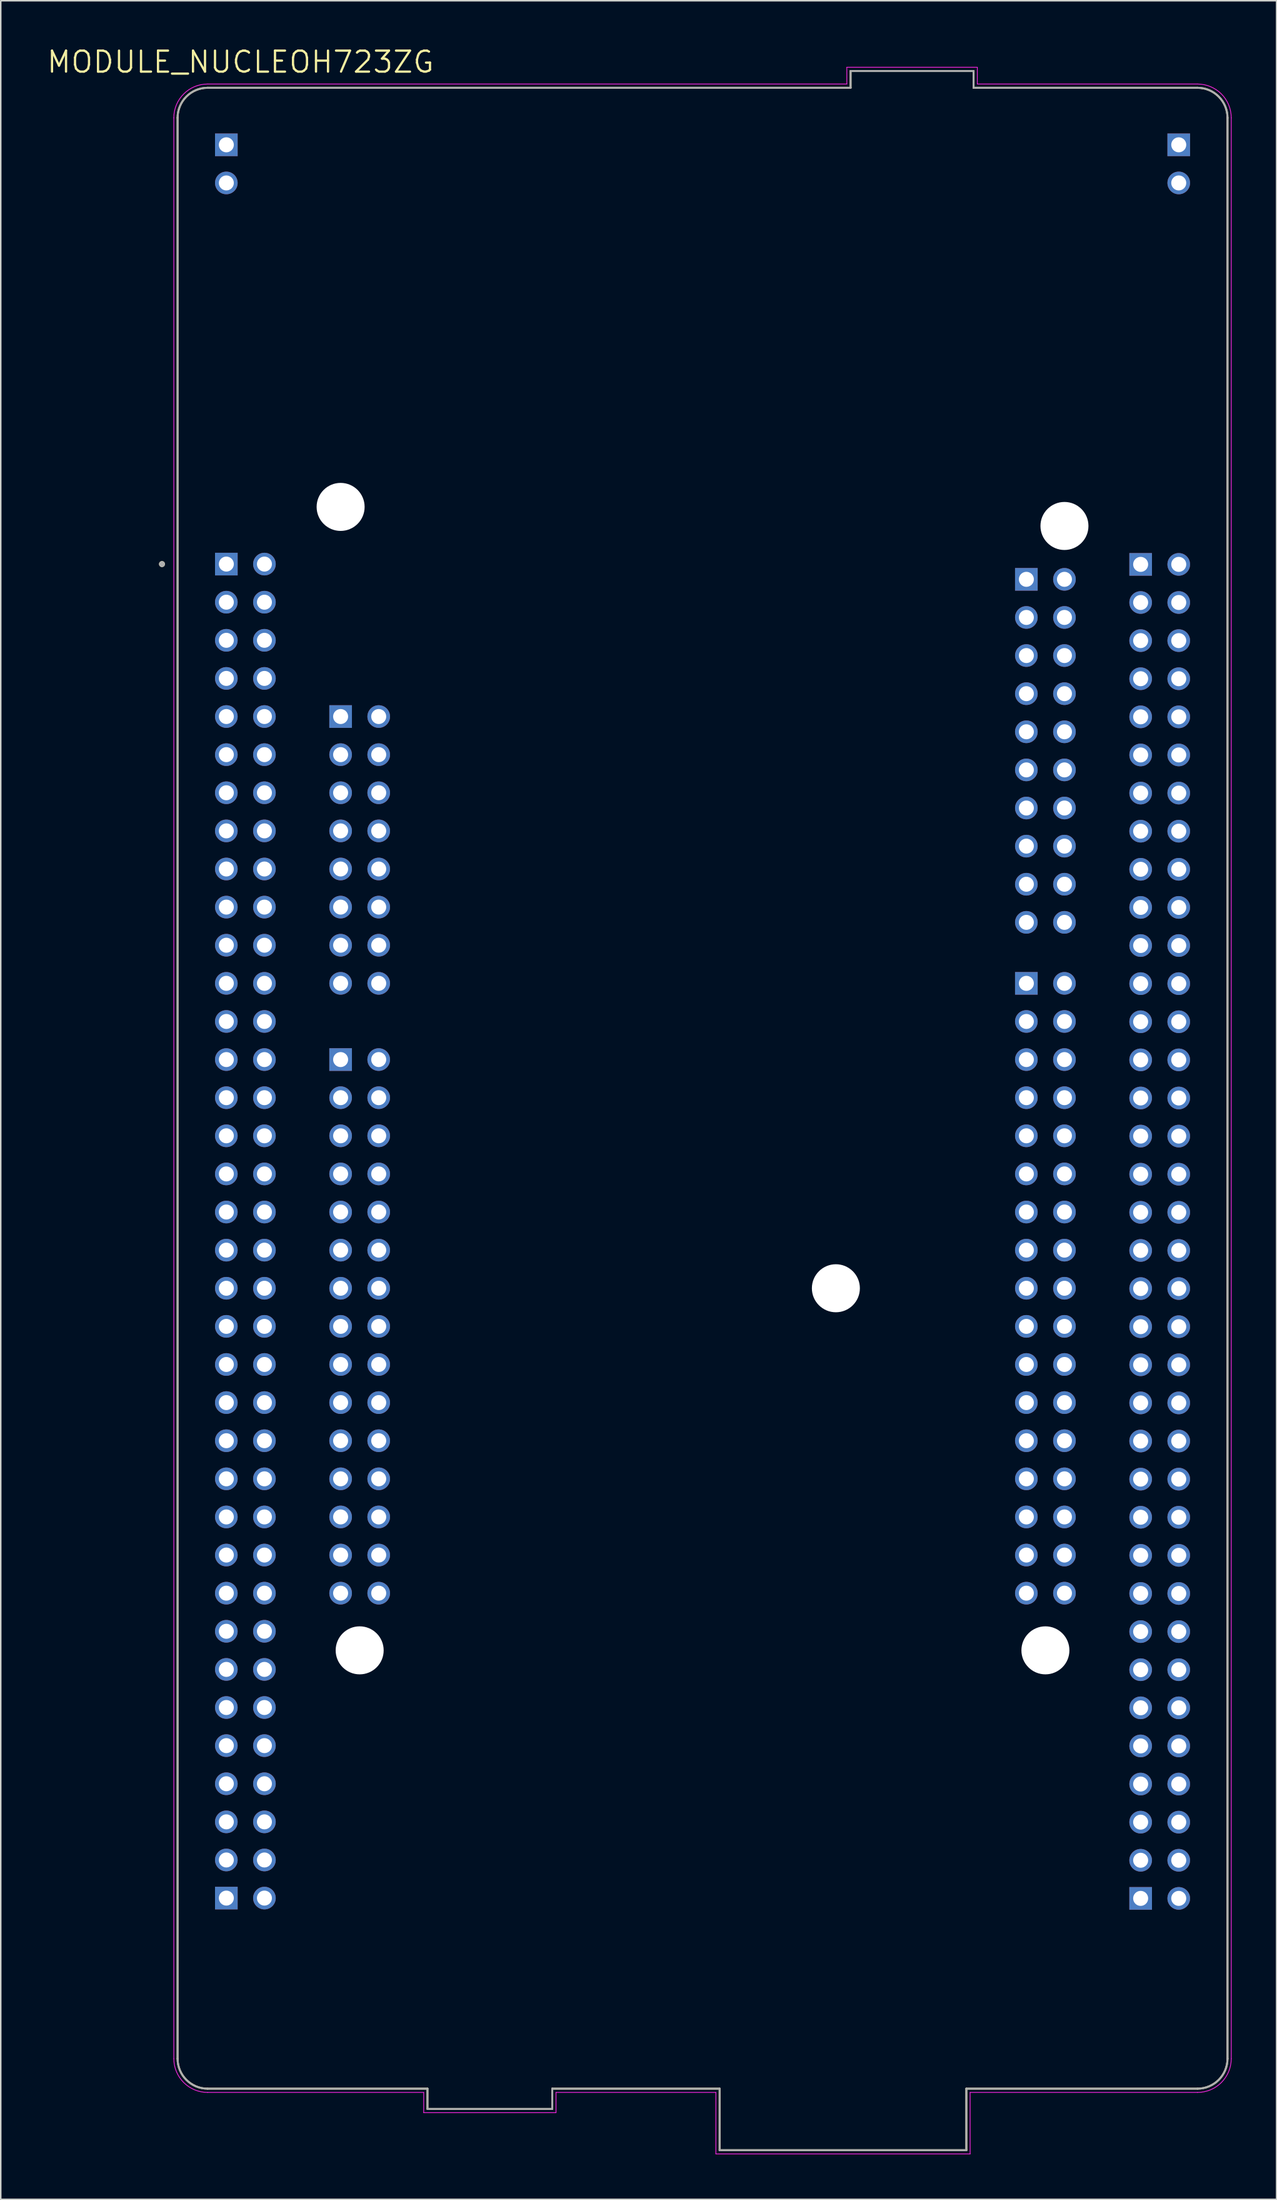
<source format=kicad_pcb>
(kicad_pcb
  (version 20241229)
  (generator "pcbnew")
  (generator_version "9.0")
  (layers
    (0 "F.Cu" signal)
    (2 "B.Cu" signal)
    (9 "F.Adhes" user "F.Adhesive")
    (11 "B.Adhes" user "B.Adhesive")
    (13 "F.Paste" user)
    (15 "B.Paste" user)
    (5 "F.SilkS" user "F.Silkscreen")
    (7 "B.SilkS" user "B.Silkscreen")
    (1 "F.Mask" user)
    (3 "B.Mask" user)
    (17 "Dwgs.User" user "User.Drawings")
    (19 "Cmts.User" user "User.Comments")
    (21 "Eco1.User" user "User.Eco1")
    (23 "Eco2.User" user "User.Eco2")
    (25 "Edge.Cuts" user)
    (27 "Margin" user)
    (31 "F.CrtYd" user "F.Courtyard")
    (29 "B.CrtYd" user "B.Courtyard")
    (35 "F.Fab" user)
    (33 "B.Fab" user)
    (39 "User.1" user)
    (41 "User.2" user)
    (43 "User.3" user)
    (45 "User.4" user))
  (footprint "MODULE_NUCLEOH723ZG"
    (layer "F.Cu")
    (at 43.79 69.471)
    (property "Reference" "MODULE_NUCLEOH723ZG" (at -30.805 -68.389 0) (layer "F.SilkS") (effects (font (size 1.4 1.4) (thickness 0.15))))
    (attr through_hole)
    (fp_line (start -35 -64.67) (end -35 64.67) (stroke (width 0.127) (type solid)) (layer "F.SilkS"))
    (fp_line (start -33 66.67) (end -18.34 66.67) (stroke (width 0.127) (type solid)) (layer "F.SilkS"))
    (fp_line (start -18.34 66.67) (end -18.34 68.02) (stroke (width 0.127) (type solid)) (layer "F.SilkS"))
    (fp_line (start -18.34 68.02) (end -10.02 68.02) (stroke (width 0.127) (type solid)) (layer "F.SilkS"))
    (fp_line (start -10.02 66.67) (end 1.14 66.67) (stroke (width 0.127) (type solid)) (layer "F.SilkS"))
    (fp_line (start -10.02 68.02) (end -10.02 66.67) (stroke (width 0.127) (type solid)) (layer "F.SilkS"))
    (fp_line (start 1.14 66.67) (end 1.14 70.77) (stroke (width 0.127) (type solid)) (layer "F.SilkS"))
    (fp_line (start 1.14 70.77) (end 17.59 70.77) (stroke (width 0.127) (type solid)) (layer "F.SilkS"))
    (fp_line (start 9.87 -67.79) (end 9.87 -66.67) (stroke (width 0.127) (type solid)) (layer "F.SilkS"))
    (fp_line (start 9.87 -66.67) (end -33 -66.67) (stroke (width 0.127) (type solid)) (layer "F.SilkS"))
    (fp_line (start 17.59 66.67) (end 33 66.67) (stroke (width 0.127) (type solid)) (layer "F.SilkS"))
    (fp_line (start 17.59 70.77) (end 17.59 66.67) (stroke (width 0.127) (type solid)) (layer "F.SilkS"))
    (fp_line (start 18.07 -67.79) (end 9.87 -67.79) (stroke (width 0.127) (type solid)) (layer "F.SilkS"))
    (fp_line (start 18.07 -66.67) (end 18.07 -67.79) (stroke (width 0.127) (type solid)) (layer "F.SilkS"))
    (fp_line (start 33 -66.67) (end 18.07 -66.67) (stroke (width 0.127) (type solid)) (layer "F.SilkS"))
    (fp_line (start 35 64.67) (end 35 -64.67) (stroke (width 0.127) (type solid)) (layer "F.SilkS"))
    (fp_arc (start -35 -64.67) (mid -34.414214 -66.084214) (end -33 -66.67) (stroke (width 0.127) (type solid)) (layer "F.SilkS"))
    (fp_arc (start -33 66.67) (mid -34.414214 66.084214) (end -35 64.67) (stroke (width 0.127) (type solid)) (layer "F.SilkS"))
    (fp_arc (start 33 -66.67) (mid 34.414214 -66.084214) (end 35 -64.67) (stroke (width 0.127) (type solid)) (layer "F.SilkS"))
    (fp_arc (start 35 64.67) (mid 34.414214 66.084214) (end 33 66.67) (stroke (width 0.127) (type solid)) (layer "F.SilkS"))
    (fp_circle (center -36.04 -34.93) (end -35.94 -34.93) (stroke (width 0.2) (type solid)) (fill no) (layer "F.SilkS"))
    (fp_line (start -35.25 -64.67) (end -35.25 64.67) (stroke (width 0.05) (type solid)) (layer "F.CrtYd"))
    (fp_line (start -33 66.92) (end -18.59 66.92) (stroke (width 0.05) (type solid)) (layer "F.CrtYd"))
    (fp_line (start -18.59 66.92) (end -18.59 68.27) (stroke (width 0.05) (type solid)) (layer "F.CrtYd"))
    (fp_line (start -18.59 68.27) (end -9.77 68.27) (stroke (width 0.05) (type solid)) (layer "F.CrtYd"))
    (fp_line (start -9.77 66.92) (end 0.89 66.92) (stroke (width 0.05) (type solid)) (layer "F.CrtYd"))
    (fp_line (start -9.77 68.27) (end -9.77 66.92) (stroke (width 0.05) (type solid)) (layer "F.CrtYd"))
    (fp_line (start 0.89 66.92) (end 0.89 71.02) (stroke (width 0.05) (type solid)) (layer "F.CrtYd"))
    (fp_line (start 0.89 71.02) (end 17.84 71.02) (stroke (width 0.05) (type solid)) (layer "F.CrtYd"))
    (fp_line (start 9.62 -68.04) (end 9.62 -66.92) (stroke (width 0.05) (type solid)) (layer "F.CrtYd"))
    (fp_line (start 9.62 -66.92) (end -33 -66.92) (stroke (width 0.05) (type solid)) (layer "F.CrtYd"))
    (fp_line (start 17.84 66.92) (end 33 66.92) (stroke (width 0.05) (type solid)) (layer "F.CrtYd"))
    (fp_line (start 17.84 71.02) (end 17.84 66.92) (stroke (width 0.05) (type solid)) (layer "F.CrtYd"))
    (fp_line (start 18.32 -68.04) (end 9.62 -68.04) (stroke (width 0.05) (type solid)) (layer "F.CrtYd"))
    (fp_line (start 18.32 -66.92) (end 18.32 -68.04) (stroke (width 0.05) (type solid)) (layer "F.CrtYd"))
    (fp_line (start 33 -66.92) (end 18.32 -66.92) (stroke (width 0.05) (type solid)) (layer "F.CrtYd"))
    (fp_line (start 35.25 64.67) (end 35.25 -64.67) (stroke (width 0.05) (type solid)) (layer "F.CrtYd"))
    (fp_arc (start -35.25 -64.67) (mid -34.59099 -66.26099) (end -33 -66.92) (stroke (width 0.05) (type solid)) (layer "F.CrtYd"))
    (fp_arc (start -33 66.92) (mid -34.59099 66.26099) (end -35.25 64.67) (stroke (width 0.05) (type solid)) (layer "F.CrtYd"))
    (fp_arc (start 33 -66.92) (mid 34.59099 -66.26099) (end 35.25 -64.67) (stroke (width 0.05) (type solid)) (layer "F.CrtYd"))
    (fp_arc (start 35.25 64.67) (mid 34.59099 66.26099) (end 33 66.92) (stroke (width 0.05) (type solid)) (layer "F.CrtYd"))
    (fp_line (start -35 -64.67) (end -35 64.67) (stroke (width 0.127) (type solid)) (layer "F.Fab"))
    (fp_line (start -33 66.67) (end -18.34 66.67) (stroke (width 0.127) (type solid)) (layer "F.Fab"))
    (fp_line (start -18.34 66.67) (end -18.34 68.02) (stroke (width 0.127) (type solid)) (layer "F.Fab"))
    (fp_line (start -18.34 68.02) (end -10.02 68.02) (stroke (width 0.127) (type solid)) (layer "F.Fab"))
    (fp_line (start -10.02 66.67) (end 1.14 66.67) (stroke (width 0.127) (type solid)) (layer "F.Fab"))
    (fp_line (start -10.02 68.02) (end -10.02 66.67) (stroke (width 0.127) (type solid)) (layer "F.Fab"))
    (fp_line (start 1.14 66.67) (end 1.14 70.77) (stroke (width 0.127) (type solid)) (layer "F.Fab"))
    (fp_line (start 1.14 70.77) (end 17.59 70.77) (stroke (width 0.127) (type solid)) (layer "F.Fab"))
    (fp_line (start 9.87 -67.79) (end 9.87 -66.67) (stroke (width 0.127) (type solid)) (layer "F.Fab"))
    (fp_line (start 9.87 -66.67) (end -33 -66.67) (stroke (width 0.127) (type solid)) (layer "F.Fab"))
    (fp_line (start 17.59 66.67) (end 33 66.67) (stroke (width 0.127) (type solid)) (layer "F.Fab"))
    (fp_line (start 17.59 70.77) (end 17.59 66.67) (stroke (width 0.127) (type solid)) (layer "F.Fab"))
    (fp_line (start 18.07 -67.79) (end 9.87 -67.79) (stroke (width 0.127) (type solid)) (layer "F.Fab"))
    (fp_line (start 18.07 -66.67) (end 18.07 -67.79) (stroke (width 0.127) (type solid)) (layer "F.Fab"))
    (fp_line (start 33 -66.67) (end 18.07 -66.67) (stroke (width 0.127) (type solid)) (layer "F.Fab"))
    (fp_line (start 35 64.67) (end 35 -64.67) (stroke (width 0.127) (type solid)) (layer "F.Fab"))
    (fp_arc (start -35 -64.67) (mid -34.414214 -66.084214) (end -33 -66.67) (stroke (width 0.127) (type solid)) (layer "F.Fab"))
    (fp_arc (start -33 66.67) (mid -34.414214 66.084214) (end -35 64.67) (stroke (width 0.127) (type solid)) (layer "F.Fab"))
    (fp_arc (start 33 -66.67) (mid 34.414214 -66.084214) (end 35 -64.67) (stroke (width 0.127) (type solid)) (layer "F.Fab"))
    (fp_arc (start 35 64.67) (mid 34.414214 66.084214) (end 33 66.67) (stroke (width 0.127) (type solid)) (layer "F.Fab"))
    (fp_circle (center -36.04 -34.93) (end -35.94 -34.93) (stroke (width 0.2) (type solid)) (fill no) (layer "F.Fab"))
    (pad "" np_thru_hole circle (at -24.13 -38.74) (size 3.2 3.2) (drill 3.2) (layers "*.Cu" "*.Mask"))
    (pad "" np_thru_hole circle (at -22.86 37.46) (size 3.2 3.2) (drill 3.2) (layers "*.Cu" "*.Mask"))
    (pad "" np_thru_hole circle (at 8.89 13.33) (size 3.2 3.2) (drill 3.2) (layers "*.Cu" "*.Mask"))
    (pad "" np_thru_hole circle (at 22.86 37.46) (size 3.2 3.2) (drill 3.2) (layers "*.Cu" "*.Mask"))
    (pad "" np_thru_hole circle (at 24.13 -37.47) (size 3.2 3.2) (drill 3.2) (layers "*.Cu" "*.Mask"))
    (pad "CN3_1" thru_hole rect (at -31.75 -62.87) (size 1.508 1.508) (drill 1) (layers "*.Cu" "*.Mask"))
    (pad "CN3_2" thru_hole circle (at -31.75 -60.33) (size 1.508 1.508) (drill 1) (layers "*.Cu" "*.Mask"))
    (pad "CN4_1" thru_hole rect (at 31.75 -62.87) (size 1.508 1.508) (drill 1) (layers "*.Cu" "*.Mask"))
    (pad "CN4_2" thru_hole circle (at 31.75 -60.33) (size 1.508 1.508) (drill 1) (layers "*.Cu" "*.Mask"))
    (pad "CN7_1" thru_hole rect (at 21.59 -33.914) (size 1.508 1.508) (drill 1) (layers "*.Cu" "*.Mask"))
    (pad "CN7_2" thru_hole circle (at 24.13 -33.914) (size 1.508 1.508) (drill 1) (layers "*.Cu" "*.Mask"))
    (pad "CN7_3" thru_hole circle (at 21.59 -31.374) (size 1.508 1.508) (drill 1) (layers "*.Cu" "*.Mask"))
    (pad "CN7_4" thru_hole circle (at 24.13 -31.374) (size 1.508 1.508) (drill 1) (layers "*.Cu" "*.Mask"))
    (pad "CN7_5" thru_hole circle (at 21.59 -28.834) (size 1.508 1.508) (drill 1) (layers "*.Cu" "*.Mask"))
    (pad "CN7_6" thru_hole circle (at 24.13 -28.834) (size 1.508 1.508) (drill 1) (layers "*.Cu" "*.Mask"))
    (pad "CN7_7" thru_hole circle (at 21.59 -26.294) (size 1.508 1.508) (drill 1) (layers "*.Cu" "*.Mask"))
    (pad "CN7_8" thru_hole circle (at 24.13 -26.294) (size 1.508 1.508) (drill 1) (layers "*.Cu" "*.Mask"))
    (pad "CN7_9" thru_hole circle (at 21.59 -23.754) (size 1.508 1.508) (drill 1) (layers "*.Cu" "*.Mask"))
    (pad "CN7_10" thru_hole circle (at 24.13 -23.754) (size 1.508 1.508) (drill 1) (layers "*.Cu" "*.Mask"))
    (pad "CN7_11" thru_hole circle (at 21.59 -21.214) (size 1.508 1.508) (drill 1) (layers "*.Cu" "*.Mask"))
    (pad "CN7_12" thru_hole circle (at 24.13 -21.214) (size 1.508 1.508) (drill 1) (layers "*.Cu" "*.Mask"))
    (pad "CN7_13" thru_hole circle (at 21.59 -18.674) (size 1.508 1.508) (drill 1) (layers "*.Cu" "*.Mask"))
    (pad "CN7_14" thru_hole circle (at 24.13 -18.674) (size 1.508 1.508) (drill 1) (layers "*.Cu" "*.Mask"))
    (pad "CN7_15" thru_hole circle (at 21.59 -16.134) (size 1.508 1.508) (drill 1) (layers "*.Cu" "*.Mask"))
    (pad "CN7_16" thru_hole circle (at 24.13 -16.134) (size 1.508 1.508) (drill 1) (layers "*.Cu" "*.Mask"))
    (pad "CN7_17" thru_hole circle (at 21.59 -13.594) (size 1.508 1.508) (drill 1) (layers "*.Cu" "*.Mask"))
    (pad "CN7_18" thru_hole circle (at 24.13 -13.594) (size 1.508 1.508) (drill 1) (layers "*.Cu" "*.Mask"))
    (pad "CN7_19" thru_hole circle (at 21.59 -11.054) (size 1.508 1.508) (drill 1) (layers "*.Cu" "*.Mask"))
    (pad "CN7_20" thru_hole circle (at 24.13 -11.054) (size 1.508 1.508) (drill 1) (layers "*.Cu" "*.Mask"))
    (pad "CN8_1" thru_hole rect (at -24.13 -24.77) (size 1.508 1.508) (drill 1) (layers "*.Cu" "*.Mask"))
    (pad "CN8_2" thru_hole circle (at -21.59 -24.77) (size 1.508 1.508) (drill 1) (layers "*.Cu" "*.Mask"))
    (pad "CN8_3" thru_hole circle (at -24.13 -22.23) (size 1.508 1.508) (drill 1) (layers "*.Cu" "*.Mask"))
    (pad "CN8_4" thru_hole circle (at -21.59 -22.23) (size 1.508 1.508) (drill 1) (layers "*.Cu" "*.Mask"))
    (pad "CN8_5" thru_hole circle (at -24.13 -19.69) (size 1.508 1.508) (drill 1) (layers "*.Cu" "*.Mask"))
    (pad "CN8_6" thru_hole circle (at -21.59 -19.69) (size 1.508 1.508) (drill 1) (layers "*.Cu" "*.Mask"))
    (pad "CN8_7" thru_hole circle (at -24.13 -17.15) (size 1.508 1.508) (drill 1) (layers "*.Cu" "*.Mask"))
    (pad "CN8_8" thru_hole circle (at -21.59 -17.15) (size 1.508 1.508) (drill 1) (layers "*.Cu" "*.Mask"))
    (pad "CN8_9" thru_hole circle (at -24.13 -14.61) (size 1.508 1.508) (drill 1) (layers "*.Cu" "*.Mask"))
    (pad "CN8_10" thru_hole circle (at -21.59 -14.61) (size 1.508 1.508) (drill 1) (layers "*.Cu" "*.Mask"))
    (pad "CN8_11" thru_hole circle (at -24.13 -12.07) (size 1.508 1.508) (drill 1) (layers "*.Cu" "*.Mask"))
    (pad "CN8_12" thru_hole circle (at -21.59 -12.07) (size 1.508 1.508) (drill 1) (layers "*.Cu" "*.Mask"))
    (pad "CN8_13" thru_hole circle (at -24.13 -9.53) (size 1.508 1.508) (drill 1) (layers "*.Cu" "*.Mask"))
    (pad "CN8_14" thru_hole circle (at -21.59 -9.53) (size 1.508 1.508) (drill 1) (layers "*.Cu" "*.Mask"))
    (pad "CN8_15" thru_hole circle (at -24.13 -6.99) (size 1.508 1.508) (drill 1) (layers "*.Cu" "*.Mask"))
    (pad "CN8_16" thru_hole circle (at -21.59 -6.99) (size 1.508 1.508) (drill 1) (layers "*.Cu" "*.Mask"))
    (pad "CN9_1" thru_hole rect (at -24.13 -1.91) (size 1.508 1.508) (drill 1) (layers "*.Cu" "*.Mask"))
    (pad "CN9_2" thru_hole circle (at -21.59 -1.91) (size 1.508 1.508) (drill 1) (layers "*.Cu" "*.Mask"))
    (pad "CN9_3" thru_hole circle (at -24.13 0.63) (size 1.508 1.508) (drill 1) (layers "*.Cu" "*.Mask"))
    (pad "CN9_4" thru_hole circle (at -21.59 0.63) (size 1.508 1.508) (drill 1) (layers "*.Cu" "*.Mask"))
    (pad "CN9_5" thru_hole circle (at -24.13 3.17) (size 1.508 1.508) (drill 1) (layers "*.Cu" "*.Mask"))
    (pad "CN9_6" thru_hole circle (at -21.59 3.17) (size 1.508 1.508) (drill 1) (layers "*.Cu" "*.Mask"))
    (pad "CN9_7" thru_hole circle (at -24.13 5.71) (size 1.508 1.508) (drill 1) (layers "*.Cu" "*.Mask"))
    (pad "CN9_8" thru_hole circle (at -21.59 5.71) (size 1.508 1.508) (drill 1) (layers "*.Cu" "*.Mask"))
    (pad "CN9_9" thru_hole circle (at -24.13 8.25) (size 1.508 1.508) (drill 1) (layers "*.Cu" "*.Mask"))
    (pad "CN9_10" thru_hole circle (at -21.59 8.25) (size 1.508 1.508) (drill 1) (layers "*.Cu" "*.Mask"))
    (pad "CN9_11" thru_hole circle (at -24.13 10.79) (size 1.508 1.508) (drill 1) (layers "*.Cu" "*.Mask"))
    (pad "CN9_12" thru_hole circle (at -21.59 10.79) (size 1.508 1.508) (drill 1) (layers "*.Cu" "*.Mask"))
    (pad "CN9_13" thru_hole circle (at -24.13 13.33) (size 1.508 1.508) (drill 1) (layers "*.Cu" "*.Mask"))
    (pad "CN9_14" thru_hole circle (at -21.59 13.33) (size 1.508 1.508) (drill 1) (layers "*.Cu" "*.Mask"))
    (pad "CN9_15" thru_hole circle (at -24.13 15.87) (size 1.508 1.508) (drill 1) (layers "*.Cu" "*.Mask"))
    (pad "CN9_16" thru_hole circle (at -21.59 15.87) (size 1.508 1.508) (drill 1) (layers "*.Cu" "*.Mask"))
    (pad "CN9_17" thru_hole circle (at -24.13 18.41) (size 1.508 1.508) (drill 1) (layers "*.Cu" "*.Mask"))
    (pad "CN9_18" thru_hole circle (at -21.59 18.41) (size 1.508 1.508) (drill 1) (layers "*.Cu" "*.Mask"))
    (pad "CN9_19" thru_hole circle (at -24.13 20.95) (size 1.508 1.508) (drill 1) (layers "*.Cu" "*.Mask"))
    (pad "CN9_20" thru_hole circle (at -21.59 20.95) (size 1.508 1.508) (drill 1) (layers "*.Cu" "*.Mask"))
    (pad "CN9_21" thru_hole circle (at -24.13 23.49) (size 1.508 1.508) (drill 1) (layers "*.Cu" "*.Mask"))
    (pad "CN9_22" thru_hole circle (at -21.59 23.49) (size 1.508 1.508) (drill 1) (layers "*.Cu" "*.Mask"))
    (pad "CN9_23" thru_hole circle (at -24.13 26.03) (size 1.508 1.508) (drill 1) (layers "*.Cu" "*.Mask"))
    (pad "CN9_24" thru_hole circle (at -21.59 26.03) (size 1.508 1.508) (drill 1) (layers "*.Cu" "*.Mask"))
    (pad "CN9_25" thru_hole circle (at -24.13 28.57) (size 1.508 1.508) (drill 1) (layers "*.Cu" "*.Mask"))
    (pad "CN9_26" thru_hole circle (at -21.59 28.57) (size 1.508 1.508) (drill 1) (layers "*.Cu" "*.Mask"))
    (pad "CN9_27" thru_hole circle (at -24.13 31.11) (size 1.508 1.508) (drill 1) (layers "*.Cu" "*.Mask"))
    (pad "CN9_28" thru_hole circle (at -21.59 31.11) (size 1.508 1.508) (drill 1) (layers "*.Cu" "*.Mask"))
    (pad "CN9_29" thru_hole circle (at -24.13 33.65) (size 1.508 1.508) (drill 1) (layers "*.Cu" "*.Mask"))
    (pad "CN9_30" thru_hole circle (at -21.59 33.65) (size 1.508 1.508) (drill 1) (layers "*.Cu" "*.Mask"))
    (pad "CN10_1" thru_hole rect (at 21.59 -6.99) (size 1.508 1.508) (drill 1) (layers "*.Cu" "*.Mask"))
    (pad "CN10_2" thru_hole circle (at 24.13 -6.99) (size 1.508 1.508) (drill 1) (layers "*.Cu" "*.Mask"))
    (pad "CN10_3" thru_hole circle (at 21.59 -4.45) (size 1.508 1.508) (drill 1) (layers "*.Cu" "*.Mask"))
    (pad "CN10_4" thru_hole circle (at 24.13 -4.45) (size 1.508 1.508) (drill 1) (layers "*.Cu" "*.Mask"))
    (pad "CN10_5" thru_hole circle (at 21.59 -1.91) (size 1.508 1.508) (drill 1) (layers "*.Cu" "*.Mask"))
    (pad "CN10_6" thru_hole circle (at 24.13 -1.91) (size 1.508 1.508) (drill 1) (layers "*.Cu" "*.Mask"))
    (pad "CN10_7" thru_hole circle (at 21.59 0.63) (size 1.508 1.508) (drill 1) (layers "*.Cu" "*.Mask"))
    (pad "CN10_8" thru_hole circle (at 24.13 0.63) (size 1.508 1.508) (drill 1) (layers "*.Cu" "*.Mask"))
    (pad "CN10_9" thru_hole circle (at 21.59 3.17) (size 1.508 1.508) (drill 1) (layers "*.Cu" "*.Mask"))
    (pad "CN10_10" thru_hole circle (at 24.13 3.17) (size 1.508 1.508) (drill 1) (layers "*.Cu" "*.Mask"))
    (pad "CN10_11" thru_hole circle (at 21.59 5.71) (size 1.508 1.508) (drill 1) (layers "*.Cu" "*.Mask"))
    (pad "CN10_12" thru_hole circle (at 24.13 5.71) (size 1.508 1.508) (drill 1) (layers "*.Cu" "*.Mask"))
    (pad "CN10_13" thru_hole circle (at 21.59 8.25) (size 1.508 1.508) (drill 1) (layers "*.Cu" "*.Mask"))
    (pad "CN10_14" thru_hole circle (at 24.13 8.25) (size 1.508 1.508) (drill 1) (layers "*.Cu" "*.Mask"))
    (pad "CN10_15" thru_hole circle (at 21.59 10.79) (size 1.508 1.508) (drill 1) (layers "*.Cu" "*.Mask"))
    (pad "CN10_16" thru_hole circle (at 24.13 10.79) (size 1.508 1.508) (drill 1) (layers "*.Cu" "*.Mask"))
    (pad "CN10_17" thru_hole circle (at 21.59 13.33) (size 1.508 1.508) (drill 1) (layers "*.Cu" "*.Mask"))
    (pad "CN10_18" thru_hole circle (at 24.13 13.33) (size 1.508 1.508) (drill 1) (layers "*.Cu" "*.Mask"))
    (pad "CN10_19" thru_hole circle (at 21.59 15.87) (size 1.508 1.508) (drill 1) (layers "*.Cu" "*.Mask"))
    (pad "CN10_20" thru_hole circle (at 24.13 15.87) (size 1.508 1.508) (drill 1) (layers "*.Cu" "*.Mask"))
    (pad "CN10_21" thru_hole circle (at 21.59 18.41) (size 1.508 1.508) (drill 1) (layers "*.Cu" "*.Mask"))
    (pad "CN10_22" thru_hole circle (at 24.13 18.41) (size 1.508 1.508) (drill 1) (layers "*.Cu" "*.Mask"))
    (pad "CN10_23" thru_hole circle (at 21.59 20.95) (size 1.508 1.508) (drill 1) (layers "*.Cu" "*.Mask"))
    (pad "CN10_24" thru_hole circle (at 24.13 20.95) (size 1.508 1.508) (drill 1) (layers "*.Cu" "*.Mask"))
    (pad "CN10_25" thru_hole circle (at 21.59 23.49) (size 1.508 1.508) (drill 1) (layers "*.Cu" "*.Mask"))
    (pad "CN10_26" thru_hole circle (at 24.13 23.49) (size 1.508 1.508) (drill 1) (layers "*.Cu" "*.Mask"))
    (pad "CN10_27" thru_hole circle (at 21.59 26.03) (size 1.508 1.508) (drill 1) (layers "*.Cu" "*.Mask"))
    (pad "CN10_28" thru_hole circle (at 24.13 26.03) (size 1.508 1.508) (drill 1) (layers "*.Cu" "*.Mask"))
    (pad "CN10_29" thru_hole circle (at 21.59 28.57) (size 1.508 1.508) (drill 1) (layers "*.Cu" "*.Mask"))
    (pad "CN10_30" thru_hole circle (at 24.13 28.57) (size 1.508 1.508) (drill 1) (layers "*.Cu" "*.Mask"))
    (pad "CN10_31" thru_hole circle (at 21.59 31.11) (size 1.508 1.508) (drill 1) (layers "*.Cu" "*.Mask"))
    (pad "CN10_32" thru_hole circle (at 24.13 31.11) (size 1.508 1.508) (drill 1) (layers "*.Cu" "*.Mask"))
    (pad "CN10_33" thru_hole circle (at 21.59 33.65) (size 1.508 1.508) (drill 1) (layers "*.Cu" "*.Mask"))
    (pad "CN10_34" thru_hole circle (at 24.13 33.65) (size 1.508 1.508) (drill 1) (layers "*.Cu" "*.Mask"))
    (pad "CN11_1" thru_hole rect (at -31.75 -34.93) (size 1.508 1.508) (drill 1) (layers "*.Cu" "*.Mask"))
    (pad "CN11_2" thru_hole circle (at -29.21 -34.93) (size 1.508 1.508) (drill 1) (layers "*.Cu" "*.Mask"))
    (pad "CN11_3" thru_hole circle (at -31.75 -32.39) (size 1.508 1.508) (drill 1) (layers "*.Cu" "*.Mask"))
    (pad "CN11_4" thru_hole circle (at -29.21 -32.39) (size 1.508 1.508) (drill 1) (layers "*.Cu" "*.Mask"))
    (pad "CN11_5" thru_hole circle (at -31.75 -29.85) (size 1.508 1.508) (drill 1) (layers "*.Cu" "*.Mask"))
    (pad "CN11_6" thru_hole circle (at -29.21 -29.85) (size 1.508 1.508) (drill 1) (layers "*.Cu" "*.Mask"))
    (pad "CN11_7" thru_hole circle (at -31.75 -27.31) (size 1.508 1.508) (drill 1) (layers "*.Cu" "*.Mask"))
    (pad "CN11_8" thru_hole circle (at -29.21 -27.31) (size 1.508 1.508) (drill 1) (layers "*.Cu" "*.Mask"))
    (pad "CN11_9" thru_hole circle (at -31.75 -24.77) (size 1.508 1.508) (drill 1) (layers "*.Cu" "*.Mask"))
    (pad "CN11_10" thru_hole circle (at -29.21 -24.77) (size 1.508 1.508) (drill 1) (layers "*.Cu" "*.Mask"))
    (pad "CN11_11" thru_hole circle (at -31.75 -22.23) (size 1.508 1.508) (drill 1) (layers "*.Cu" "*.Mask"))
    (pad "CN11_12" thru_hole circle (at -29.21 -22.23) (size 1.508 1.508) (drill 1) (layers "*.Cu" "*.Mask"))
    (pad "CN11_13" thru_hole circle (at -31.75 -19.69) (size 1.508 1.508) (drill 1) (layers "*.Cu" "*.Mask"))
    (pad "CN11_14" thru_hole circle (at -29.21 -19.69) (size 1.508 1.508) (drill 1) (layers "*.Cu" "*.Mask"))
    (pad "CN11_15" thru_hole circle (at -31.75 -17.15) (size 1.508 1.508) (drill 1) (layers "*.Cu" "*.Mask"))
    (pad "CN11_16" thru_hole circle (at -29.21 -17.15) (size 1.508 1.508) (drill 1) (layers "*.Cu" "*.Mask"))
    (pad "CN11_17" thru_hole circle (at -31.75 -14.61) (size 1.508 1.508) (drill 1) (layers "*.Cu" "*.Mask"))
    (pad "CN11_18" thru_hole circle (at -29.21 -14.61) (size 1.508 1.508) (drill 1) (layers "*.Cu" "*.Mask"))
    (pad "CN11_19" thru_hole circle (at -31.75 -12.07) (size 1.508 1.508) (drill 1) (layers "*.Cu" "*.Mask"))
    (pad "CN11_20" thru_hole circle (at -29.21 -12.07) (size 1.508 1.508) (drill 1) (layers "*.Cu" "*.Mask"))
    (pad "CN11_21" thru_hole circle (at -31.75 -9.53) (size 1.508 1.508) (drill 1) (layers "*.Cu" "*.Mask"))
    (pad "CN11_22" thru_hole circle (at -29.21 -9.53) (size 1.508 1.508) (drill 1) (layers "*.Cu" "*.Mask"))
    (pad "CN11_23" thru_hole circle (at -31.75 -6.99) (size 1.508 1.508) (drill 1) (layers "*.Cu" "*.Mask"))
    (pad "CN11_24" thru_hole circle (at -29.21 -6.99) (size 1.508 1.508) (drill 1) (layers "*.Cu" "*.Mask"))
    (pad "CN11_25" thru_hole circle (at -31.75 -4.45) (size 1.508 1.508) (drill 1) (layers "*.Cu" "*.Mask"))
    (pad "CN11_26" thru_hole circle (at -29.21 -4.45) (size 1.508 1.508) (drill 1) (layers "*.Cu" "*.Mask"))
    (pad "CN11_27" thru_hole circle (at -31.75 -1.91) (size 1.508 1.508) (drill 1) (layers "*.Cu" "*.Mask"))
    (pad "CN11_28" thru_hole circle (at -29.21 -1.91) (size 1.508 1.508) (drill 1) (layers "*.Cu" "*.Mask"))
    (pad "CN11_29" thru_hole circle (at -31.75 0.63) (size 1.508 1.508) (drill 1) (layers "*.Cu" "*.Mask"))
    (pad "CN11_30" thru_hole circle (at -29.21 0.63) (size 1.508 1.508) (drill 1) (layers "*.Cu" "*.Mask"))
    (pad "CN11_31" thru_hole circle (at -31.75 3.17) (size 1.508 1.508) (drill 1) (layers "*.Cu" "*.Mask"))
    (pad "CN11_32" thru_hole circle (at -29.21 3.17) (size 1.508 1.508) (drill 1) (layers "*.Cu" "*.Mask"))
    (pad "CN11_33" thru_hole circle (at -31.75 5.71) (size 1.508 1.508) (drill 1) (layers "*.Cu" "*.Mask"))
    (pad "CN11_34" thru_hole circle (at -29.21 5.71) (size 1.508 1.508) (drill 1) (layers "*.Cu" "*.Mask"))
    (pad "CN11_35" thru_hole circle (at -31.75 8.25) (size 1.508 1.508) (drill 1) (layers "*.Cu" "*.Mask"))
    (pad "CN11_36" thru_hole circle (at -29.21 8.25) (size 1.508 1.508) (drill 1) (layers "*.Cu" "*.Mask"))
    (pad "CN11_37" thru_hole circle (at -31.75 10.79) (size 1.508 1.508) (drill 1) (layers "*.Cu" "*.Mask"))
    (pad "CN11_38" thru_hole circle (at -29.21 10.79) (size 1.508 1.508) (drill 1) (layers "*.Cu" "*.Mask"))
    (pad "CN11_39" thru_hole circle (at -31.75 13.33) (size 1.508 1.508) (drill 1) (layers "*.Cu" "*.Mask"))
    (pad "CN11_40" thru_hole circle (at -29.21 13.33) (size 1.508 1.508) (drill 1) (layers "*.Cu" "*.Mask"))
    (pad "CN11_41" thru_hole circle (at -31.75 15.87) (size 1.508 1.508) (drill 1) (layers "*.Cu" "*.Mask"))
    (pad "CN11_42" thru_hole circle (at -29.21 15.87) (size 1.508 1.508) (drill 1) (layers "*.Cu" "*.Mask"))
    (pad "CN11_43" thru_hole circle (at -31.75 18.41) (size 1.508 1.508) (drill 1) (layers "*.Cu" "*.Mask"))
    (pad "CN11_44" thru_hole circle (at -29.21 18.41) (size 1.508 1.508) (drill 1) (layers "*.Cu" "*.Mask"))
    (pad "CN11_45" thru_hole circle (at -31.75 20.95) (size 1.508 1.508) (drill 1) (layers "*.Cu" "*.Mask"))
    (pad "CN11_46" thru_hole circle (at -29.21 20.95) (size 1.508 1.508) (drill 1) (layers "*.Cu" "*.Mask"))
    (pad "CN11_47" thru_hole circle (at -31.75 23.49) (size 1.508 1.508) (drill 1) (layers "*.Cu" "*.Mask"))
    (pad "CN11_48" thru_hole circle (at -29.21 23.49) (size 1.508 1.508) (drill 1) (layers "*.Cu" "*.Mask"))
    (pad "CN11_49" thru_hole circle (at -31.75 26.03) (size 1.508 1.508) (drill 1) (layers "*.Cu" "*.Mask"))
    (pad "CN11_50" thru_hole circle (at -29.21 26.03) (size 1.508 1.508) (drill 1) (layers "*.Cu" "*.Mask"))
    (pad "CN11_51" thru_hole circle (at -31.75 28.57) (size 1.508 1.508) (drill 1) (layers "*.Cu" "*.Mask"))
    (pad "CN11_52" thru_hole circle (at -29.21 28.57) (size 1.508 1.508) (drill 1) (layers "*.Cu" "*.Mask"))
    (pad "CN11_53" thru_hole circle (at -31.75 31.11) (size 1.508 1.508) (drill 1) (layers "*.Cu" "*.Mask"))
    (pad "CN11_54" thru_hole circle (at -29.21 31.11) (size 1.508 1.508) (drill 1) (layers "*.Cu" "*.Mask"))
    (pad "CN11_55" thru_hole circle (at -31.75 33.65) (size 1.508 1.508) (drill 1) (layers "*.Cu" "*.Mask"))
    (pad "CN11_56" thru_hole circle (at -29.21 33.65) (size 1.508 1.508) (drill 1) (layers "*.Cu" "*.Mask"))
    (pad "CN11_57" thru_hole circle (at -31.75 36.19) (size 1.508 1.508) (drill 1) (layers "*.Cu" "*.Mask"))
    (pad "CN11_58" thru_hole circle (at -29.21 36.19) (size 1.508 1.508) (drill 1) (layers "*.Cu" "*.Mask"))
    (pad "CN11_59" thru_hole circle (at -31.75 38.73) (size 1.508 1.508) (drill 1) (layers "*.Cu" "*.Mask"))
    (pad "CN11_60" thru_hole circle (at -29.21 38.73) (size 1.508 1.508) (drill 1) (layers "*.Cu" "*.Mask"))
    (pad "CN11_61" thru_hole circle (at -31.75 41.27) (size 1.508 1.508) (drill 1) (layers "*.Cu" "*.Mask"))
    (pad "CN11_62" thru_hole circle (at -29.21 41.27) (size 1.508 1.508) (drill 1) (layers "*.Cu" "*.Mask"))
    (pad "CN11_63" thru_hole circle (at -31.75 43.81) (size 1.508 1.508) (drill 1) (layers "*.Cu" "*.Mask"))
    (pad "CN11_64" thru_hole circle (at -29.21 43.81) (size 1.508 1.508) (drill 1) (layers "*.Cu" "*.Mask"))
    (pad "CN11_65" thru_hole circle (at -31.75 46.35) (size 1.508 1.508) (drill 1) (layers "*.Cu" "*.Mask"))
    (pad "CN11_66" thru_hole circle (at -29.21 46.35) (size 1.508 1.508) (drill 1) (layers "*.Cu" "*.Mask"))
    (pad "CN11_67" thru_hole circle (at -31.75 48.89) (size 1.508 1.508) (drill 1) (layers "*.Cu" "*.Mask"))
    (pad "CN11_68" thru_hole circle (at -29.21 48.89) (size 1.508 1.508) (drill 1) (layers "*.Cu" "*.Mask"))
    (pad "CN11_69" thru_hole circle (at -31.75 51.43) (size 1.508 1.508) (drill 1) (layers "*.Cu" "*.Mask"))
    (pad "CN11_70" thru_hole circle (at -29.21 51.43) (size 1.508 1.508) (drill 1) (layers "*.Cu" "*.Mask"))
    (pad "CN12_1" thru_hole rect (at 29.21 -34.91) (size 1.508 1.508) (drill 1) (layers "*.Cu" "*.Mask"))
    (pad "CN12_2" thru_hole circle (at 31.75 -34.91) (size 1.508 1.508) (drill 1) (layers "*.Cu" "*.Mask"))
    (pad "CN12_3" thru_hole circle (at 29.21 -32.37) (size 1.508 1.508) (drill 1) (layers "*.Cu" "*.Mask"))
    (pad "CN12_4" thru_hole circle (at 31.75 -32.37) (size 1.508 1.508) (drill 1) (layers "*.Cu" "*.Mask"))
    (pad "CN12_5" thru_hole circle (at 29.21 -29.83) (size 1.508 1.508) (drill 1) (layers "*.Cu" "*.Mask"))
    (pad "CN12_6" thru_hole circle (at 31.75 -29.83) (size 1.508 1.508) (drill 1) (layers "*.Cu" "*.Mask"))
    (pad "CN12_7" thru_hole circle (at 29.21 -27.29) (size 1.508 1.508) (drill 1) (layers "*.Cu" "*.Mask"))
    (pad "CN12_8" thru_hole circle (at 31.75 -27.29) (size 1.508 1.508) (drill 1) (layers "*.Cu" "*.Mask"))
    (pad "CN12_9" thru_hole circle (at 29.21 -24.75) (size 1.508 1.508) (drill 1) (layers "*.Cu" "*.Mask"))
    (pad "CN12_10" thru_hole circle (at 31.75 -24.75) (size 1.508 1.508) (drill 1) (layers "*.Cu" "*.Mask"))
    (pad "CN12_11" thru_hole circle (at 29.21 -22.21) (size 1.508 1.508) (drill 1) (layers "*.Cu" "*.Mask"))
    (pad "CN12_12" thru_hole circle (at 31.75 -22.21) (size 1.508 1.508) (drill 1) (layers "*.Cu" "*.Mask"))
    (pad "CN12_13" thru_hole circle (at 29.21 -19.67) (size 1.508 1.508) (drill 1) (layers "*.Cu" "*.Mask"))
    (pad "CN12_14" thru_hole circle (at 31.75 -19.67) (size 1.508 1.508) (drill 1) (layers "*.Cu" "*.Mask"))
    (pad "CN12_15" thru_hole circle (at 29.21 -17.13) (size 1.508 1.508) (drill 1) (layers "*.Cu" "*.Mask"))
    (pad "CN12_16" thru_hole circle (at 31.75 -17.13) (size 1.508 1.508) (drill 1) (layers "*.Cu" "*.Mask"))
    (pad "CN12_17" thru_hole circle (at 29.21 -14.59) (size 1.508 1.508) (drill 1) (layers "*.Cu" "*.Mask"))
    (pad "CN12_18" thru_hole circle (at 31.75 -14.59) (size 1.508 1.508) (drill 1) (layers "*.Cu" "*.Mask"))
    (pad "CN12_19" thru_hole circle (at 29.21 -12.05) (size 1.508 1.508) (drill 1) (layers "*.Cu" "*.Mask"))
    (pad "CN12_20" thru_hole circle (at 31.75 -12.05) (size 1.508 1.508) (drill 1) (layers "*.Cu" "*.Mask"))
    (pad "CN12_21" thru_hole circle (at 29.21 -9.51) (size 1.508 1.508) (drill 1) (layers "*.Cu" "*.Mask"))
    (pad "CN12_22" thru_hole circle (at 31.75 -9.51) (size 1.508 1.508) (drill 1) (layers "*.Cu" "*.Mask"))
    (pad "CN12_23" thru_hole circle (at 29.21 -6.97) (size 1.508 1.508) (drill 1) (layers "*.Cu" "*.Mask"))
    (pad "CN12_24" thru_hole circle (at 31.75 -6.97) (size 1.508 1.508) (drill 1) (layers "*.Cu" "*.Mask"))
    (pad "CN12_25" thru_hole circle (at 29.21 -4.43) (size 1.508 1.508) (drill 1) (layers "*.Cu" "*.Mask"))
    (pad "CN12_26" thru_hole circle (at 31.75 -4.43) (size 1.508 1.508) (drill 1) (layers "*.Cu" "*.Mask"))
    (pad "CN12_27" thru_hole circle (at 29.21 -1.89) (size 1.508 1.508) (drill 1) (layers "*.Cu" "*.Mask"))
    (pad "CN12_28" thru_hole circle (at 31.75 -1.89) (size 1.508 1.508) (drill 1) (layers "*.Cu" "*.Mask"))
    (pad "CN12_29" thru_hole circle (at 29.21 0.65) (size 1.508 1.508) (drill 1) (layers "*.Cu" "*.Mask"))
    (pad "CN12_30" thru_hole circle (at 31.75 0.65) (size 1.508 1.508) (drill 1) (layers "*.Cu" "*.Mask"))
    (pad "CN12_31" thru_hole circle (at 29.21 3.19) (size 1.508 1.508) (drill 1) (layers "*.Cu" "*.Mask"))
    (pad "CN12_32" thru_hole circle (at 31.75 3.19) (size 1.508 1.508) (drill 1) (layers "*.Cu" "*.Mask"))
    (pad "CN12_33" thru_hole circle (at 29.21 5.73) (size 1.508 1.508) (drill 1) (layers "*.Cu" "*.Mask"))
    (pad "CN12_34" thru_hole circle (at 31.75 5.73) (size 1.508 1.508) (drill 1) (layers "*.Cu" "*.Mask"))
    (pad "CN12_35" thru_hole circle (at 29.21 8.27) (size 1.508 1.508) (drill 1) (layers "*.Cu" "*.Mask"))
    (pad "CN12_36" thru_hole circle (at 31.75 8.27) (size 1.508 1.508) (drill 1) (layers "*.Cu" "*.Mask"))
    (pad "CN12_37" thru_hole circle (at 29.21 10.81) (size 1.508 1.508) (drill 1) (layers "*.Cu" "*.Mask"))
    (pad "CN12_38" thru_hole circle (at 31.75 10.81) (size 1.508 1.508) (drill 1) (layers "*.Cu" "*.Mask"))
    (pad "CN12_39" thru_hole circle (at 29.21 13.35) (size 1.508 1.508) (drill 1) (layers "*.Cu" "*.Mask"))
    (pad "CN12_40" thru_hole circle (at 31.75 13.35) (size 1.508 1.508) (drill 1) (layers "*.Cu" "*.Mask"))
    (pad "CN12_41" thru_hole circle (at 29.21 15.89) (size 1.508 1.508) (drill 1) (layers "*.Cu" "*.Mask"))
    (pad "CN12_42" thru_hole circle (at 31.75 15.89) (size 1.508 1.508) (drill 1) (layers "*.Cu" "*.Mask"))
    (pad "CN12_43" thru_hole circle (at 29.21 18.43) (size 1.508 1.508) (drill 1) (layers "*.Cu" "*.Mask"))
    (pad "CN12_44" thru_hole circle (at 31.75 18.43) (size 1.508 1.508) (drill 1) (layers "*.Cu" "*.Mask"))
    (pad "CN12_45" thru_hole circle (at 29.21 20.97) (size 1.508 1.508) (drill 1) (layers "*.Cu" "*.Mask"))
    (pad "CN12_46" thru_hole circle (at 31.75 20.97) (size 1.508 1.508) (drill 1) (layers "*.Cu" "*.Mask"))
    (pad "CN12_47" thru_hole circle (at 29.21 23.51) (size 1.508 1.508) (drill 1) (layers "*.Cu" "*.Mask"))
    (pad "CN12_48" thru_hole circle (at 31.75 23.51) (size 1.508 1.508) (drill 1) (layers "*.Cu" "*.Mask"))
    (pad "CN12_49" thru_hole circle (at 29.21 26.05) (size 1.508 1.508) (drill 1) (layers "*.Cu" "*.Mask"))
    (pad "CN12_50" thru_hole circle (at 31.75 26.05) (size 1.508 1.508) (drill 1) (layers "*.Cu" "*.Mask"))
    (pad "CN12_51" thru_hole circle (at 29.21 28.59) (size 1.508 1.508) (drill 1) (layers "*.Cu" "*.Mask"))
    (pad "CN12_52" thru_hole circle (at 31.75 28.59) (size 1.508 1.508) (drill 1) (layers "*.Cu" "*.Mask"))
    (pad "CN12_53" thru_hole circle (at 29.21 31.13) (size 1.508 1.508) (drill 1) (layers "*.Cu" "*.Mask"))
    (pad "CN12_54" thru_hole circle (at 31.75 31.13) (size 1.508 1.508) (drill 1) (layers "*.Cu" "*.Mask"))
    (pad "CN12_55" thru_hole circle (at 29.21 33.67) (size 1.508 1.508) (drill 1) (layers "*.Cu" "*.Mask"))
    (pad "CN12_56" thru_hole circle (at 31.75 33.67) (size 1.508 1.508) (drill 1) (layers "*.Cu" "*.Mask"))
    (pad "CN12_57" thru_hole circle (at 29.21 36.21) (size 1.508 1.508) (drill 1) (layers "*.Cu" "*.Mask"))
    (pad "CN12_58" thru_hole circle (at 31.75 36.21) (size 1.508 1.508) (drill 1) (layers "*.Cu" "*.Mask"))
    (pad "CN12_59" thru_hole circle (at 29.21 38.75) (size 1.508 1.508) (drill 1) (layers "*.Cu" "*.Mask"))
    (pad "CN12_60" thru_hole circle (at 31.75 38.75) (size 1.508 1.508) (drill 1) (layers "*.Cu" "*.Mask"))
    (pad "CN12_61" thru_hole circle (at 29.21 41.29) (size 1.508 1.508) (drill 1) (layers "*.Cu" "*.Mask"))
    (pad "CN12_62" thru_hole circle (at 31.75 41.29) (size 1.508 1.508) (drill 1) (layers "*.Cu" "*.Mask"))
    (pad "CN12_63" thru_hole circle (at 29.21 43.83) (size 1.508 1.508) (drill 1) (layers "*.Cu" "*.Mask"))
    (pad "CN12_64" thru_hole circle (at 31.75 43.83) (size 1.508 1.508) (drill 1) (layers "*.Cu" "*.Mask"))
    (pad "CN12_65" thru_hole circle (at 29.21 46.37) (size 1.508 1.508) (drill 1) (layers "*.Cu" "*.Mask"))
    (pad "CN12_66" thru_hole circle (at 31.75 46.37) (size 1.508 1.508) (drill 1) (layers "*.Cu" "*.Mask"))
    (pad "CN12_67" thru_hole circle (at 29.21 48.91) (size 1.508 1.508) (drill 1) (layers "*.Cu" "*.Mask"))
    (pad "CN12_68" thru_hole circle (at 31.75 48.91) (size 1.508 1.508) (drill 1) (layers "*.Cu" "*.Mask"))
    (pad "CN12_69" thru_hole circle (at 29.21 51.45) (size 1.508 1.508) (drill 1) (layers "*.Cu" "*.Mask"))
    (pad "CN12_70" thru_hole circle (at 31.75 51.45) (size 1.508 1.508) (drill 1) (layers "*.Cu" "*.Mask"))
    (pad "CN15_1" thru_hole rect (at 29.21 53.99) (size 1.508 1.508) (drill 1) (layers "*.Cu" "*.Mask"))
    (pad "CN15_2" thru_hole circle (at 31.75 53.99) (size 1.508 1.508) (drill 1) (layers "*.Cu" "*.Mask"))
    (pad "CN16_1" thru_hole rect (at -31.75 53.97) (size 1.508 1.508) (drill 1) (layers "*.Cu" "*.Mask"))
    (pad "CN16_2" thru_hole circle (at -29.21 53.97) (size 1.508 1.508) (drill 1) (layers "*.Cu" "*.Mask")))
  (gr_rect
    (start -3 -3)
    (end 82.065 143.516)
    (stroke (width 0.1) (type default))
    (fill no)
    (layer "Edge.Cuts")))
</source>
